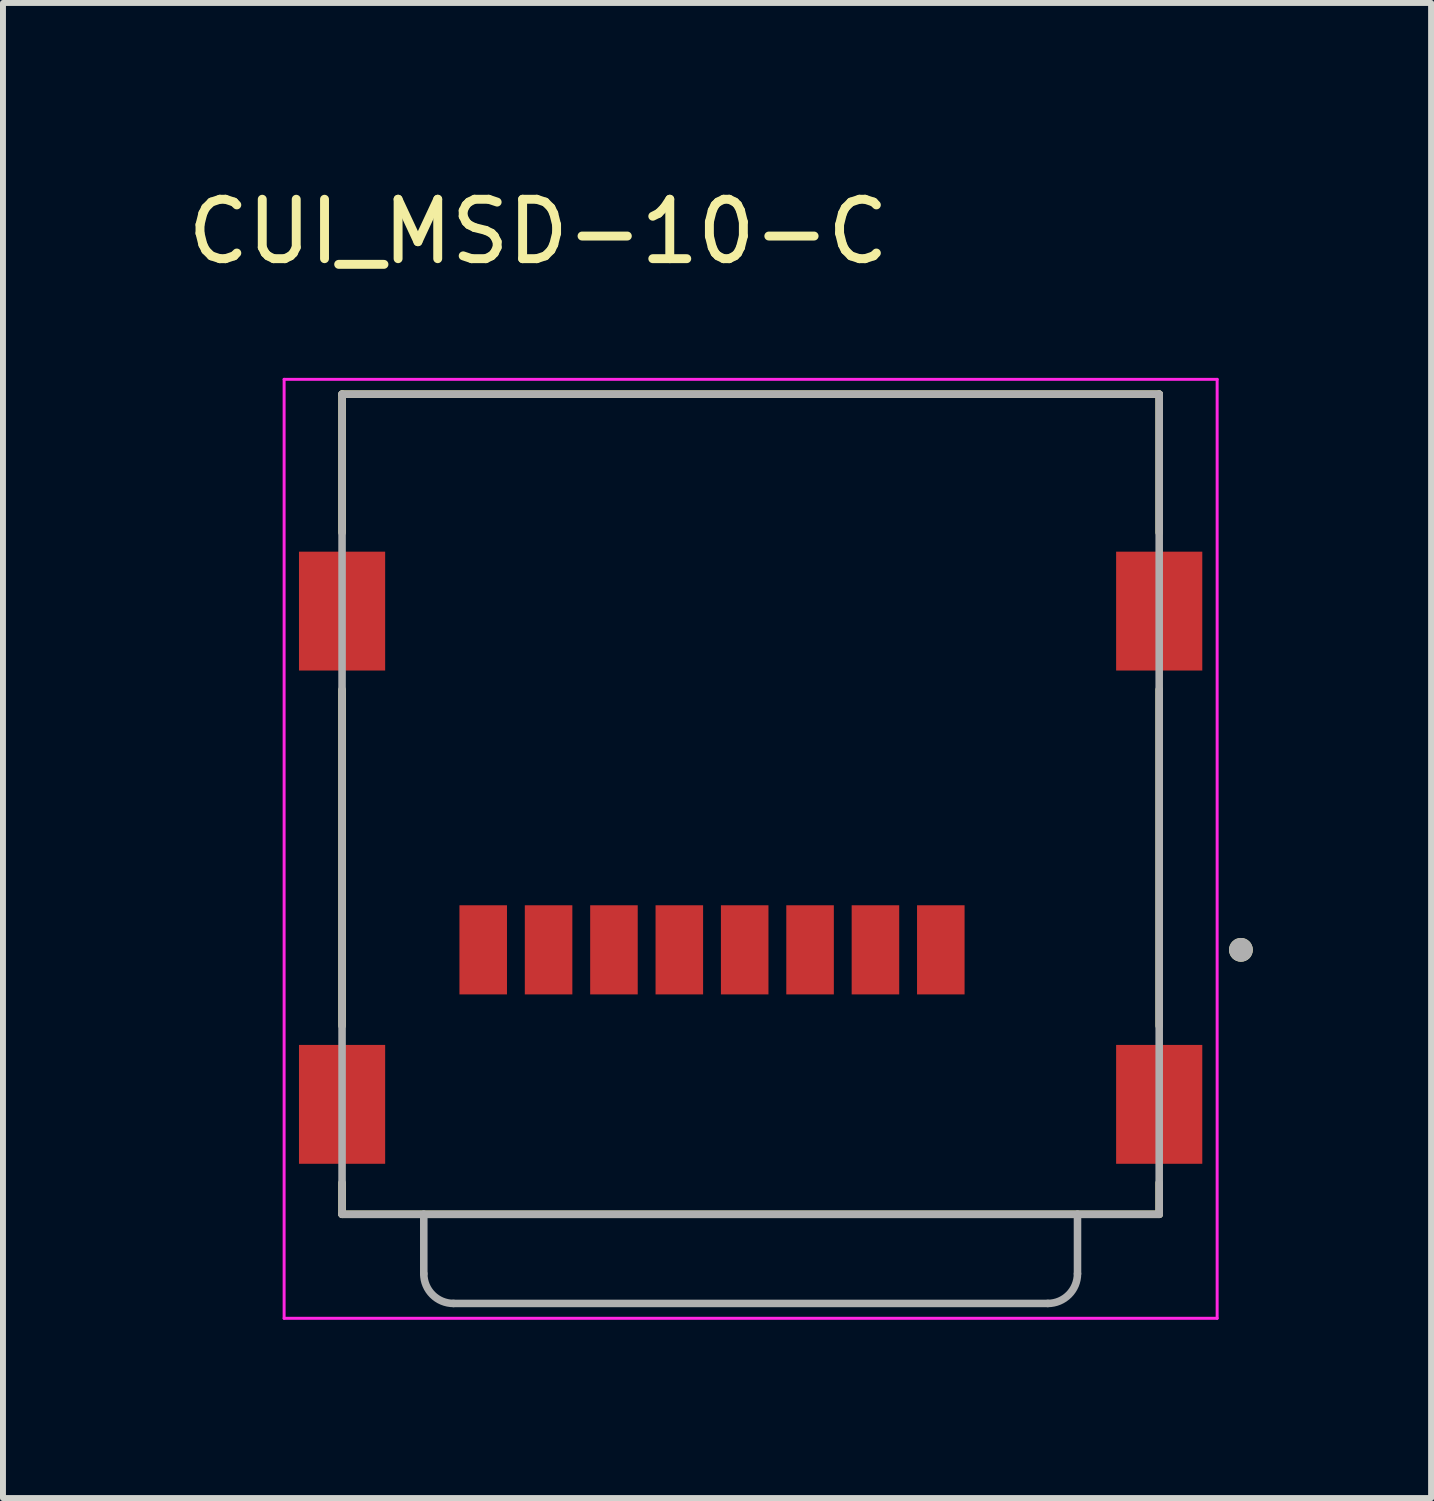
<source format=kicad_pcb>
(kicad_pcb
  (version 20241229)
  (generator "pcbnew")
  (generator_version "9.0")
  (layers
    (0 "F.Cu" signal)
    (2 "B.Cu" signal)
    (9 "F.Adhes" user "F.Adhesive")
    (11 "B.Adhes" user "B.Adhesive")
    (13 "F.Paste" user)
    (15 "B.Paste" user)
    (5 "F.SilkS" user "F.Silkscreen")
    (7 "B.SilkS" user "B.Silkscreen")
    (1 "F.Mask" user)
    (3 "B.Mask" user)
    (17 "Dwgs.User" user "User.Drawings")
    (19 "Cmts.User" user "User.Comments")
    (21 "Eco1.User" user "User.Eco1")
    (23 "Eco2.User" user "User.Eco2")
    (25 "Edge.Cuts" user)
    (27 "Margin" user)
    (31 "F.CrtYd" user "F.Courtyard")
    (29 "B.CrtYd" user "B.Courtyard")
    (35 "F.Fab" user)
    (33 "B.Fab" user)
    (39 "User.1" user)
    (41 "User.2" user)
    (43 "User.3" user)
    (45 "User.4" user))
  (footprint "CUI_MSD-10-C"
    (layer "F.Cu")
    (at 9.581 10.483)
    (property "Reference" "CUI_MSD-10-C" (at -3.575 -9.635 0) (layer "F.SilkS") (effects (font (size 1 1) (thickness 0.15))))
    (attr smd)
    (fp_line (start -6.875 -6.9) (end -6.875 -4.57) (stroke (width 0.127) (type solid)) (layer "F.SilkS"))
    (fp_line (start -6.875 -1.93) (end -6.875 3.73) (stroke (width 0.127) (type solid)) (layer "F.SilkS"))
    (fp_line (start -6.875 6.37) (end -6.875 6.9) (stroke (width 0.127) (type solid)) (layer "F.SilkS"))
    (fp_line (start -6.875 6.9) (end 6.875 6.9) (stroke (width 0.127) (type solid)) (layer "F.SilkS"))
    (fp_line (start 6.875 -6.9) (end -6.875 -6.9) (stroke (width 0.127) (type solid)) (layer "F.SilkS"))
    (fp_line (start 6.875 -4.57) (end 6.875 -6.9) (stroke (width 0.127) (type solid)) (layer "F.SilkS"))
    (fp_line (start 6.875 -1.93) (end 6.875 3.73) (stroke (width 0.127) (type solid)) (layer "F.SilkS"))
    (fp_line (start 6.875 6.9) (end 6.875 6.37) (stroke (width 0.127) (type solid)) (layer "F.SilkS"))
    (fp_circle (center 8.25 2.45) (end 8.35 2.45) (stroke (width 0.2) (type solid)) (fill no) (layer "F.SilkS"))
    (fp_line (start -7.85 -7.15) (end -7.85 8.65) (stroke (width 0.05) (type solid)) (layer "F.CrtYd"))
    (fp_line (start -7.85 8.65) (end 7.85 8.65) (stroke (width 0.05) (type solid)) (layer "F.CrtYd"))
    (fp_line (start 7.85 -7.15) (end -7.85 -7.15) (stroke (width 0.05) (type solid)) (layer "F.CrtYd"))
    (fp_line (start 7.85 8.65) (end 7.85 -7.15) (stroke (width 0.05) (type solid)) (layer "F.CrtYd"))
    (fp_line (start -6.875 -6.9) (end -6.875 6.9) (stroke (width 0.127) (type solid)) (layer "F.Fab"))
    (fp_line (start -6.875 6.9) (end -5.5 6.9) (stroke (width 0.127) (type solid)) (layer "F.Fab"))
    (fp_line (start -5.5 6.9) (end -5.5 7.9) (stroke (width 0.127) (type solid)) (layer "F.Fab"))
    (fp_line (start -5.5 6.9) (end 5.5 6.9) (stroke (width 0.127) (type solid)) (layer "F.Fab"))
    (fp_line (start -5 8.4) (end 5 8.4) (stroke (width 0.127) (type solid)) (layer "F.Fab"))
    (fp_line (start 5.5 6.9) (end 6.875 6.9) (stroke (width 0.127) (type solid)) (layer "F.Fab"))
    (fp_line (start 5.5 7.9) (end 5.5 6.9) (stroke (width 0.127) (type solid)) (layer "F.Fab"))
    (fp_line (start 6.875 -6.9) (end -6.875 -6.9) (stroke (width 0.127) (type solid)) (layer "F.Fab"))
    (fp_line (start 6.875 6.9) (end 6.875 -6.9) (stroke (width 0.127) (type solid)) (layer "F.Fab"))
    (fp_arc (start -5 8.4) (mid -5.353553 8.253553) (end -5.5 7.9) (stroke (width 0.127) (type solid)) (layer "F.Fab"))
    (fp_arc (start 5.5 7.9) (mid 5.353553 8.253553) (end 5 8.4) (stroke (width 0.127) (type solid)) (layer "F.Fab"))
    (fp_circle (center 8.25 2.45) (end 8.35 2.45) (stroke (width 0.2) (type solid)) (fill no) (layer "F.Fab"))
    (pad "01" smd rect (at 3.2 2.45) (size 0.8 1.5) (layers "F.Cu" "F.Mask" "F.Paste"))
    (pad "02" smd rect (at 2.1 2.45) (size 0.8 1.5) (layers "F.Cu" "F.Mask" "F.Paste"))
    (pad "03" smd rect (at 1 2.45) (size 0.8 1.5) (layers "F.Cu" "F.Mask" "F.Paste"))
    (pad "04" smd rect (at -0.1 2.45) (size 0.8 1.5) (layers "F.Cu" "F.Mask" "F.Paste"))
    (pad "05" smd rect (at -1.2 2.45) (size 0.8 1.5) (layers "F.Cu" "F.Mask" "F.Paste"))
    (pad "06" smd rect (at -2.3 2.45) (size 0.8 1.5) (layers "F.Cu" "F.Mask" "F.Paste"))
    (pad "07" smd rect (at -3.4 2.45) (size 0.8 1.5) (layers "F.Cu" "F.Mask" "F.Paste"))
    (pad "08" smd rect (at -4.5 2.45) (size 0.8 1.5) (layers "F.Cu" "F.Mask" "F.Paste"))
    (pad "G1" smd rect (at -6.875 -3.25) (size 1.45 2) (layers "F.Cu" "F.Mask" "F.Paste"))
    (pad "G2" smd rect (at 6.875 -3.25) (size 1.45 2) (layers "F.Cu" "F.Mask" "F.Paste"))
    (pad "G3" smd rect (at -6.875 5.05) (size 1.45 2) (layers "F.Cu" "F.Mask" "F.Paste"))
    (pad "G4" smd rect (at 6.875 5.05) (size 1.45 2) (layers "F.Cu" "F.Mask" "F.Paste")))
  (gr_rect
    (start -3 -3)
    (end 21.031 22.158)
    (stroke (width 0.1) (type default))
    (fill no)
    (layer "Edge.Cuts")))
</source>
